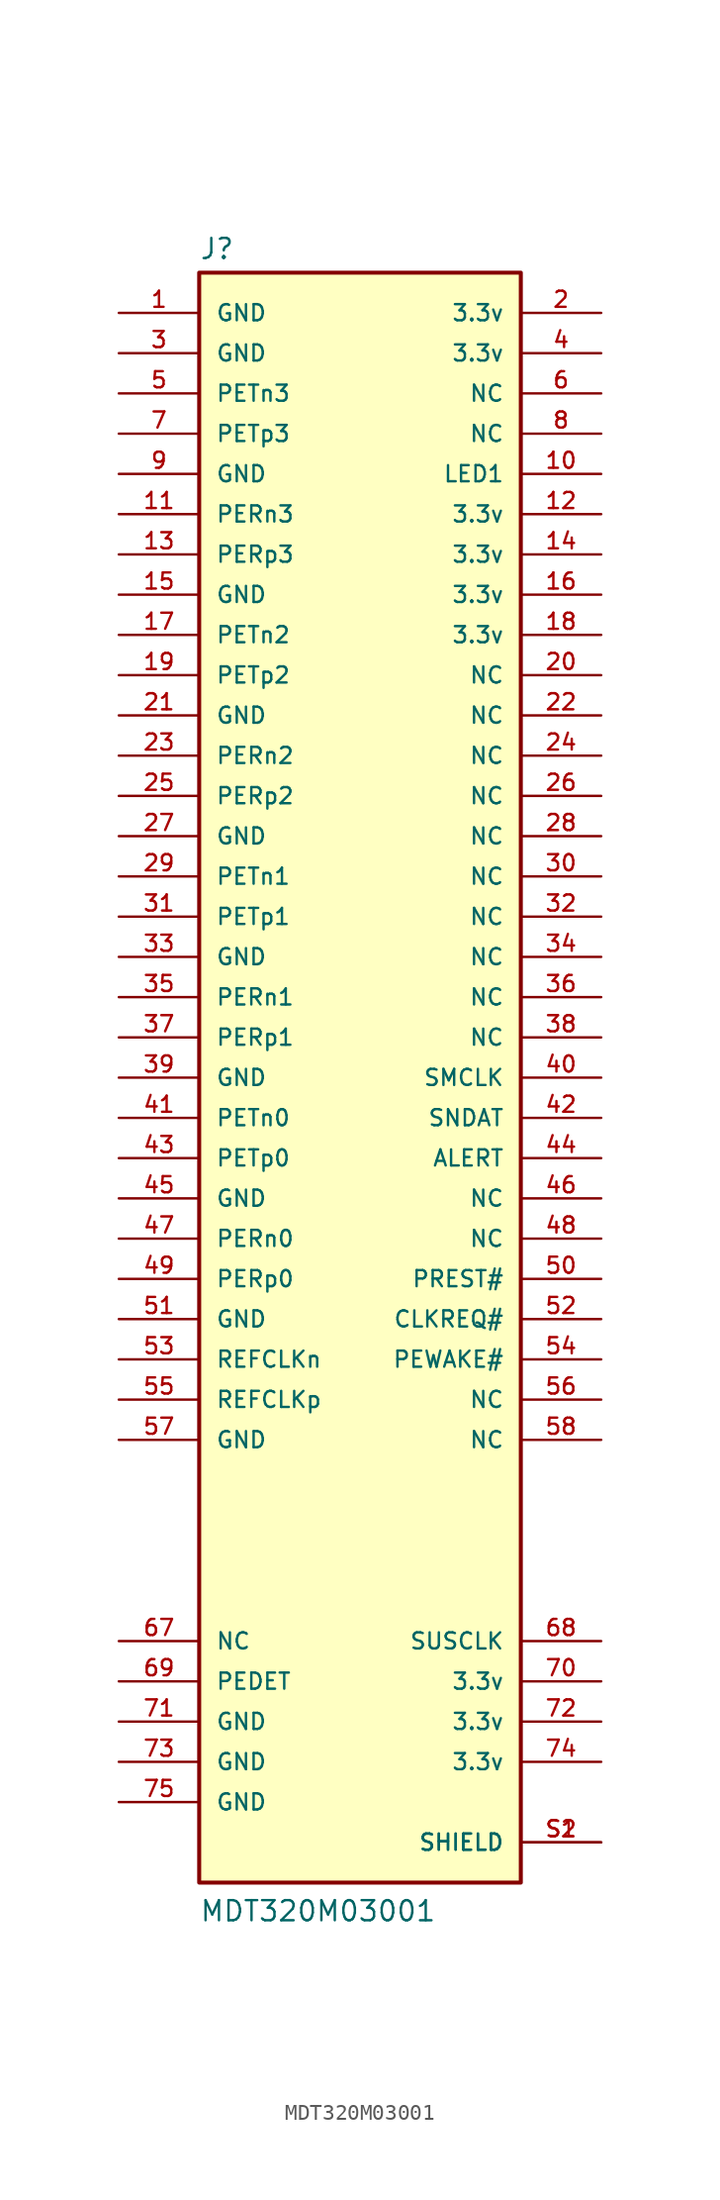
<source format=kicad_sym>
(kicad_symbol_lib
  (version 20231120)
  (generator "kicad_symbol_editor")
  (generator_version "8.0")
  (symbol "MDT320M03001"
    (pin_names
      (offset 1.016))
    (property "Reference" "J"
      (at -10.16 51.562 0)
      (effects (font (size 1.27 1.27)) (justify left bottom)))
    (property "Value" "MDT320M03001"
      (at -10.16 -53.34 0)
      (effects (font (size 1.27 1.27)) (justify left bottom)))
    (symbol "MDT320M03001_0_0"
      (rectangle (start -10.16 50.8) (end 10.16 -50.8) (stroke (width 0.254) (type default)) (fill (type background)))
      (pin passive line (at -15.24 48.26 0) (length 5.08) (name "GND" (effects (font (size 1.016 1.016)))) (number "1" (effects (font (size 1.016 1.016)))))
      (pin passive line (at 15.24 38.1 180) (length 5.08) (name "LED1" (effects (font (size 1.016 1.016)))) (number "10" (effects (font (size 1.016 1.016)))))
      (pin passive line (at -15.24 35.56 0) (length 5.08) (name "PERn3" (effects (font (size 1.016 1.016)))) (number "11" (effects (font (size 1.016 1.016)))))
      (pin passive line (at 15.24 35.56 180) (length 5.08) (name "3.3v" (effects (font (size 1.016 1.016)))) (number "12" (effects (font (size 1.016 1.016)))))
      (pin passive line (at -15.24 33.02 0) (length 5.08) (name "PERp3" (effects (font (size 1.016 1.016)))) (number "13" (effects (font (size 1.016 1.016)))))
      (pin passive line (at 15.24 33.02 180) (length 5.08) (name "3.3v" (effects (font (size 1.016 1.016)))) (number "14" (effects (font (size 1.016 1.016)))))
      (pin passive line (at -15.24 30.48 0) (length 5.08) (name "GND" (effects (font (size 1.016 1.016)))) (number "15" (effects (font (size 1.016 1.016)))))
      (pin passive line (at 15.24 30.48 180) (length 5.08) (name "3.3v" (effects (font (size 1.016 1.016)))) (number "16" (effects (font (size 1.016 1.016)))))
      (pin passive line (at -15.24 27.94 0) (length 5.08) (name "PETn2" (effects (font (size 1.016 1.016)))) (number "17" (effects (font (size 1.016 1.016)))))
      (pin passive line (at 15.24 27.94 180) (length 5.08) (name "3.3v" (effects (font (size 1.016 1.016)))) (number "18" (effects (font (size 1.016 1.016)))))
      (pin passive line (at -15.24 25.4 0) (length 5.08) (name "PETp2" (effects (font (size 1.016 1.016)))) (number "19" (effects (font (size 1.016 1.016)))))
      (pin passive line (at 15.24 48.26 180) (length 5.08) (name "3.3v" (effects (font (size 1.016 1.016)))) (number "2" (effects (font (size 1.016 1.016)))))
      (pin passive line (at 15.24 25.4 180) (length 5.08) (name "NC" (effects (font (size 1.016 1.016)))) (number "20" (effects (font (size 1.016 1.016)))))
      (pin passive line (at -15.24 22.86 0) (length 5.08) (name "GND" (effects (font (size 1.016 1.016)))) (number "21" (effects (font (size 1.016 1.016)))))
      (pin passive line (at 15.24 22.86 180) (length 5.08) (name "NC" (effects (font (size 1.016 1.016)))) (number "22" (effects (font (size 1.016 1.016)))))
      (pin passive line (at -15.24 20.32 0) (length 5.08) (name "PERn2" (effects (font (size 1.016 1.016)))) (number "23" (effects (font (size 1.016 1.016)))))
      (pin passive line (at 15.24 20.32 180) (length 5.08) (name "NC" (effects (font (size 1.016 1.016)))) (number "24" (effects (font (size 1.016 1.016)))))
      (pin passive line (at -15.24 17.78 0) (length 5.08) (name "PERp2" (effects (font (size 1.016 1.016)))) (number "25" (effects (font (size 1.016 1.016)))))
      (pin passive line (at 15.24 17.78 180) (length 5.08) (name "NC" (effects (font (size 1.016 1.016)))) (number "26" (effects (font (size 1.016 1.016)))))
      (pin passive line (at -15.24 15.24 0) (length 5.08) (name "GND" (effects (font (size 1.016 1.016)))) (number "27" (effects (font (size 1.016 1.016)))))
      (pin passive line (at 15.24 15.24 180) (length 5.08) (name "NC" (effects (font (size 1.016 1.016)))) (number "28" (effects (font (size 1.016 1.016)))))
      (pin passive line (at -15.24 12.7 0) (length 5.08) (name "PETn1" (effects (font (size 1.016 1.016)))) (number "29" (effects (font (size 1.016 1.016)))))
      (pin passive line (at -15.24 45.72 0) (length 5.08) (name "GND" (effects (font (size 1.016 1.016)))) (number "3" (effects (font (size 1.016 1.016)))))
      (pin passive line (at 15.24 12.7 180) (length 5.08) (name "NC" (effects (font (size 1.016 1.016)))) (number "30" (effects (font (size 1.016 1.016)))))
      (pin passive line (at -15.24 10.16 0) (length 5.08) (name "PETp1" (effects (font (size 1.016 1.016)))) (number "31" (effects (font (size 1.016 1.016)))))
      (pin passive line (at 15.24 10.16 180) (length 5.08) (name "NC" (effects (font (size 1.016 1.016)))) (number "32" (effects (font (size 1.016 1.016)))))
      (pin passive line (at -15.24 7.62 0) (length 5.08) (name "GND" (effects (font (size 1.016 1.016)))) (number "33" (effects (font (size 1.016 1.016)))))
      (pin passive line (at 15.24 7.62 180) (length 5.08) (name "NC" (effects (font (size 1.016 1.016)))) (number "34" (effects (font (size 1.016 1.016)))))
      (pin passive line (at -15.24 5.08 0) (length 5.08) (name "PERn1" (effects (font (size 1.016 1.016)))) (number "35" (effects (font (size 1.016 1.016)))))
      (pin passive line (at 15.24 5.08 180) (length 5.08) (name "NC" (effects (font (size 1.016 1.016)))) (number "36" (effects (font (size 1.016 1.016)))))
      (pin passive line (at -15.24 2.54 0) (length 5.08) (name "PERp1" (effects (font (size 1.016 1.016)))) (number "37" (effects (font (size 1.016 1.016)))))
      (pin passive line (at 15.24 2.54 180) (length 5.08) (name "NC" (effects (font (size 1.016 1.016)))) (number "38" (effects (font (size 1.016 1.016)))))
      (pin passive line (at -15.24 0 0) (length 5.08) (name "GND" (effects (font (size 1.016 1.016)))) (number "39" (effects (font (size 1.016 1.016)))))
      (pin passive line (at 15.24 45.72 180) (length 5.08) (name "3.3v" (effects (font (size 1.016 1.016)))) (number "4" (effects (font (size 1.016 1.016)))))
      (pin passive line (at 15.24 0 180) (length 5.08) (name "SMCLK" (effects (font (size 1.016 1.016)))) (number "40" (effects (font (size 1.016 1.016)))))
      (pin passive line (at -15.24 -2.54 0) (length 5.08) (name "PETn0" (effects (font (size 1.016 1.016)))) (number "41" (effects (font (size 1.016 1.016)))))
      (pin passive line (at 15.24 -2.54 180) (length 5.08) (name "SNDAT" (effects (font (size 1.016 1.016)))) (number "42" (effects (font (size 1.016 1.016)))))
      (pin passive line (at -15.24 -5.08 0) (length 5.08) (name "PETp0" (effects (font (size 1.016 1.016)))) (number "43" (effects (font (size 1.016 1.016)))))
      (pin passive line (at 15.24 -5.08 180) (length 5.08) (name "ALERT" (effects (font (size 1.016 1.016)))) (number "44" (effects (font (size 1.016 1.016)))))
      (pin passive line (at -15.24 -7.62 0) (length 5.08) (name "GND" (effects (font (size 1.016 1.016)))) (number "45" (effects (font (size 1.016 1.016)))))
      (pin passive line (at 15.24 -7.62 180) (length 5.08) (name "NC" (effects (font (size 1.016 1.016)))) (number "46" (effects (font (size 1.016 1.016)))))
      (pin passive line (at -15.24 -10.16 0) (length 5.08) (name "PERn0" (effects (font (size 1.016 1.016)))) (number "47" (effects (font (size 1.016 1.016)))))
      (pin passive line (at 15.24 -10.16 180) (length 5.08) (name "NC" (effects (font (size 1.016 1.016)))) (number "48" (effects (font (size 1.016 1.016)))))
      (pin passive line (at -15.24 -12.7 0) (length 5.08) (name "PERp0" (effects (font (size 1.016 1.016)))) (number "49" (effects (font (size 1.016 1.016)))))
      (pin passive line (at -15.24 43.18 0) (length 5.08) (name "PETn3" (effects (font (size 1.016 1.016)))) (number "5" (effects (font (size 1.016 1.016)))))
      (pin passive line (at 15.24 -12.7 180) (length 5.08) (name "PREST#" (effects (font (size 1.016 1.016)))) (number "50" (effects (font (size 1.016 1.016)))))
      (pin passive line (at -15.24 -15.24 0) (length 5.08) (name "GND" (effects (font (size 1.016 1.016)))) (number "51" (effects (font (size 1.016 1.016)))))
      (pin passive line (at 15.24 -15.24 180) (length 5.08) (name "CLKREQ#" (effects (font (size 1.016 1.016)))) (number "52" (effects (font (size 1.016 1.016)))))
      (pin passive line (at -15.24 -17.78 0) (length 5.08) (name "REFCLKn" (effects (font (size 1.016 1.016)))) (number "53" (effects (font (size 1.016 1.016)))))
      (pin passive line (at 15.24 -17.78 180) (length 5.08) (name "PEWAKE#" (effects (font (size 1.016 1.016)))) (number "54" (effects (font (size 1.016 1.016)))))
      (pin passive line (at -15.24 -20.32 0) (length 5.08) (name "REFCLKp" (effects (font (size 1.016 1.016)))) (number "55" (effects (font (size 1.016 1.016)))))
      (pin passive line (at 15.24 -20.32 180) (length 5.08) (name "NC" (effects (font (size 1.016 1.016)))) (number "56" (effects (font (size 1.016 1.016)))))
      (pin passive line (at -15.24 -22.86 0) (length 5.08) (name "GND" (effects (font (size 1.016 1.016)))) (number "57" (effects (font (size 1.016 1.016)))))
      (pin passive line (at 15.24 -22.86 180) (length 5.08) (name "NC" (effects (font (size 1.016 1.016)))) (number "58" (effects (font (size 1.016 1.016)))))
      (pin passive line (at 15.24 43.18 180) (length 5.08) (name "NC" (effects (font (size 1.016 1.016)))) (number "6" (effects (font (size 1.016 1.016)))))
      (pin passive line (at -15.24 -35.56 0) (length 5.08) (name "NC" (effects (font (size 1.016 1.016)))) (number "67" (effects (font (size 1.016 1.016)))))
      (pin passive line (at 15.24 -35.56 180) (length 5.08) (name "SUSCLK" (effects (font (size 1.016 1.016)))) (number "68" (effects (font (size 1.016 1.016)))))
      (pin passive line (at -15.24 -38.1 0) (length 5.08) (name "PEDET" (effects (font (size 1.016 1.016)))) (number "69" (effects (font (size 1.016 1.016)))))
      (pin passive line (at -15.24 40.64 0) (length 5.08) (name "PETp3" (effects (font (size 1.016 1.016)))) (number "7" (effects (font (size 1.016 1.016)))))
      (pin passive line (at 15.24 -38.1 180) (length 5.08) (name "3.3v" (effects (font (size 1.016 1.016)))) (number "70" (effects (font (size 1.016 1.016)))))
      (pin passive line (at -15.24 -40.64 0) (length 5.08) (name "GND" (effects (font (size 1.016 1.016)))) (number "71" (effects (font (size 1.016 1.016)))))
      (pin passive line (at 15.24 -40.64 180) (length 5.08) (name "3.3v" (effects (font (size 1.016 1.016)))) (number "72" (effects (font (size 1.016 1.016)))))
      (pin passive line (at -15.24 -43.18 0) (length 5.08) (name "GND" (effects (font (size 1.016 1.016)))) (number "73" (effects (font (size 1.016 1.016)))))
      (pin passive line (at 15.24 -43.18 180) (length 5.08) (name "3.3v" (effects (font (size 1.016 1.016)))) (number "74" (effects (font (size 1.016 1.016)))))
      (pin passive line (at -15.24 -45.72 0) (length 5.08) (name "GND" (effects (font (size 1.016 1.016)))) (number "75" (effects (font (size 1.016 1.016)))))
      (pin passive line (at 15.24 40.64 180) (length 5.08) (name "NC" (effects (font (size 1.016 1.016)))) (number "8" (effects (font (size 1.016 1.016)))))
      (pin passive line (at -15.24 38.1 0) (length 5.08) (name "GND" (effects (font (size 1.016 1.016)))) (number "9" (effects (font (size 1.016 1.016)))))
      (pin passive line (at 15.24 -48.26 180) (length 5.08) (name "SHIELD" (effects (font (size 1.016 1.016)))) (number "S1" (effects (font (size 1.016 1.016)))))
      (pin passive line (at 15.24 -48.26 180) (length 5.08) (name "SHIELD" (effects (font (size 1.016 1.016)))) (number "S2" (effects (font (size 1.016 1.016))))))))
</source>
